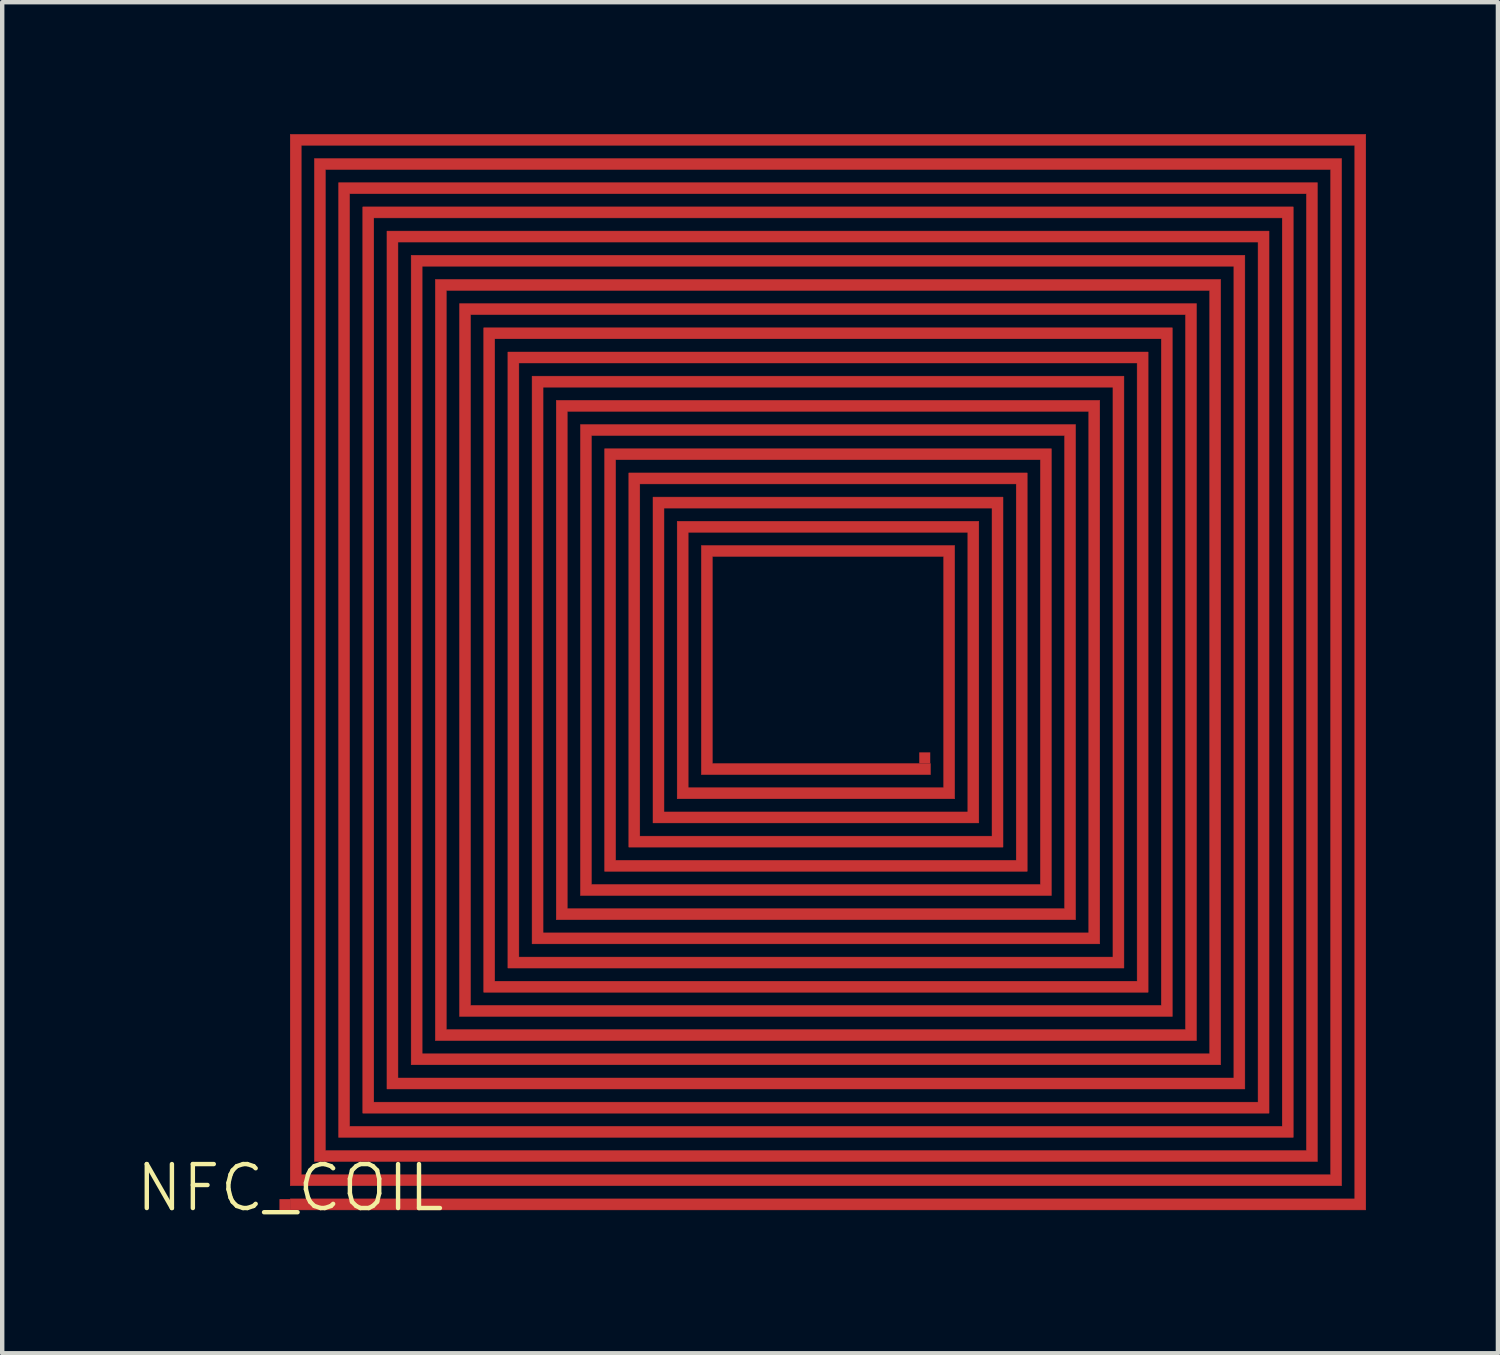
<source format=kicad_pcb>
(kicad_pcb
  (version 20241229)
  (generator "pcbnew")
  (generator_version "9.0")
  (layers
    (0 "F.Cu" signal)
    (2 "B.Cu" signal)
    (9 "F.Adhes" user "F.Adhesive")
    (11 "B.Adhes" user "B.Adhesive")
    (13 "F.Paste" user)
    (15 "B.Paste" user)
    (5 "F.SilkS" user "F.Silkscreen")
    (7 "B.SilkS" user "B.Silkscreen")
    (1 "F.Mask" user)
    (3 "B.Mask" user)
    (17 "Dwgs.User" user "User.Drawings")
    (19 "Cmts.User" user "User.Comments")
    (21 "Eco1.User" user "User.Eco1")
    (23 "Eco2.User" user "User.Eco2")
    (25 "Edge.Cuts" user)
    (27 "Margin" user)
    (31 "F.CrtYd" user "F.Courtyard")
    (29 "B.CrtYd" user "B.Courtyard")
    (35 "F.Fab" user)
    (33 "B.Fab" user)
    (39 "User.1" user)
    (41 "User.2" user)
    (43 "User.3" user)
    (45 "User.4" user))
  (footprint "NFC_COIL"
    (layer "F.Cu")
    (at 3.55 24.465)
    (property "Reference" "NFC_COIL" (at 0 -0.5 0) (unlocked yes) (layer "F.SilkS") (effects (font (size 1 1) (thickness 0.1))))
    (attr smd)
    (fp_poly (pts (xy 0 0) (xy 24.46 0) (xy 24.46 -24.46) (xy 0 -24.46) (xy 0 -0.55) (xy 23.91 -0.55) (xy 23.91 -23.91) (xy 0.55 -23.91) (xy 0.55 -1.1) (xy 23.36 -1.1) (xy 23.36 -23.36) (xy 1.1 -23.36) (xy 1.1 -1.65) (xy 22.81 -1.65) (xy 22.81 -22.81) (xy 1.65 -22.81) (xy 1.65 -2.2) (xy 22.26 -2.2) (xy 22.26 -22.26) (xy 2.2 -22.26) (xy 2.2 -2.75) (xy 21.71 -2.75) (xy 21.71 -21.71) (xy 2.75 -21.71) (xy 2.75 -3.3) (xy 21.16 -3.3) (xy 21.16 -21.16) (xy 3.3 -21.16) (xy 3.3 -3.85) (xy 20.61 -3.85) (xy 20.61 -20.61) (xy 3.85 -20.61) (xy 3.85 -4.4) (xy 20.06 -4.4) (xy 20.06 -20.06) (xy 4.4 -20.06) (xy 4.4 -4.95) (xy 19.51 -4.95) (xy 19.51 -19.51) (xy 4.95 -19.51) (xy 4.95 -5.5) (xy 18.96 -5.5) (xy 18.96 -18.96) (xy 5.5 -18.96) (xy 5.5 -6.05) (xy 18.41 -6.05) (xy 18.41 -18.41) (xy 6.05 -18.41) (xy 6.05 -6.6) (xy 17.86 -6.6) (xy 17.86 -17.86) (xy 6.6 -17.86) (xy 6.6 -7.15) (xy 17.31 -7.15) (xy 17.31 -17.31) (xy 7.15 -17.31) (xy 7.15 -7.7) (xy 16.76 -7.7) (xy 16.76 -16.76) (xy 7.7 -16.76) (xy 7.7 -8.25) (xy 16.21 -8.25) (xy 16.21 -16.21) (xy 8.25 -16.21) (xy 8.25 -8.8) (xy 15.66 -8.8) (xy 15.66 -15.66) (xy 8.8 -15.66) (xy 8.8 -9.35) (xy 15.11 -9.35) (xy 15.11 -15.11) (xy 9.35 -15.11) (xy 9.35 -9.9) (xy 14.56 -9.9) (xy 14.56 -10.15) (xy 14.31 -10.15) (xy 9.6 -10.15) (xy 9.6 -14.86) (xy 14.86 -14.86) (xy 14.86 -9.6) (xy 9.05 -9.6) (xy 9.05 -15.41) (xy 15.41 -15.41) (xy 15.41 -9.05) (xy 8.5 -9.05) (xy 8.5 -15.96) (xy 15.96 -15.96) (xy 15.96 -8.5) (xy 7.95 -8.5) (xy 7.95 -16.51) (xy 16.51 -16.51) (xy 16.51 -7.95) (xy 7.4 -7.95) (xy 7.4 -17.06) (xy 17.06 -17.06) (xy 17.06 -7.4) (xy 6.85 -7.4) (xy 6.85 -17.61) (xy 17.61 -17.61) (xy 17.61 -6.85) (xy 6.3 -6.85) (xy 6.3 -18.16) (xy 18.16 -18.16) (xy 18.16 -6.3) (xy 5.75 -6.3) (xy 5.75 -18.71) (xy 18.71 -18.71) (xy 18.71 -5.75) (xy 5.2 -5.75) (xy 5.2 -19.26) (xy 19.26 -19.26) (xy 19.26 -5.2) (xy 4.65 -5.2) (xy 4.65 -19.81) (xy 19.81 -19.81) (xy 19.81 -4.65) (xy 4.1 -4.65) (xy 4.1 -20.36) (xy 20.36 -20.36) (xy 20.36 -4.1) (xy 3.55 -4.1) (xy 3.55 -20.91) (xy 20.91 -20.91) (xy 20.91 -3.55) (xy 3 -3.55) (xy 3 -21.46) (xy 21.46 -21.46) (xy 21.46 -3) (xy 2.45 -3) (xy 2.45 -22.01) (xy 22.01 -22.01) (xy 22.01 -2.45) (xy 1.9 -2.45) (xy 1.9 -22.56) (xy 22.56 -22.56) (xy 22.56 -1.9) (xy 1.35 -1.9) (xy 1.35 -23.11) (xy 23.11 -23.11) (xy 23.11 -1.35) (xy 0.8 -1.35) (xy 0.8 -23.66) (xy 23.66 -23.66) (xy 23.66 -0.8) (xy 0.25 -0.8) (xy 0.25 -24.21) (xy 24.21 -24.21) (xy 24.21 -0.25) (xy 0 -0.25)) (stroke (width 0.01) (type solid)) (fill yes) (layer "F.Cu"))
    (pad "1" smd rect (at -0.12 -0.12) (size 0.25 0.25) (layers "F.Cu" "F.Mask" "F.Paste"))
    (pad "2" smd rect (at 14.43 -10.28) (size 0.25 0.25) (layers "F.Cu" "F.Mask" "F.Paste")))
  (gr_rect
    (start -3 -3)
    (end 31.015 27.726)
    (stroke (width 0.1) (type default))
    (fill no)
    (layer "Edge.Cuts")))
</source>
